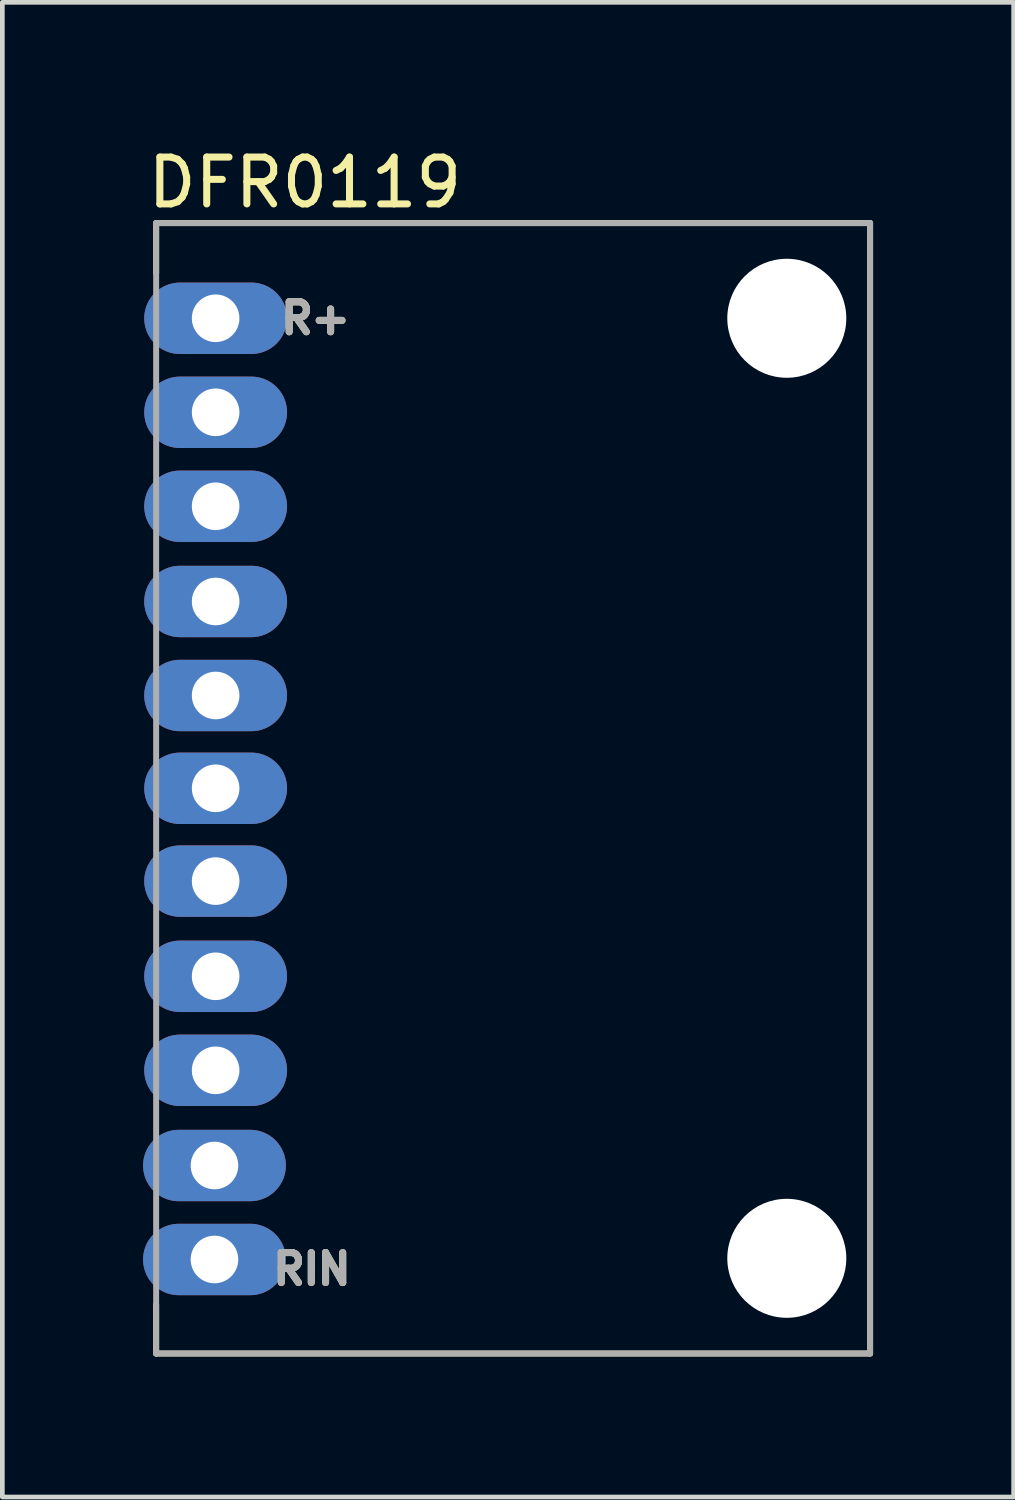
<source format=kicad_pcb>
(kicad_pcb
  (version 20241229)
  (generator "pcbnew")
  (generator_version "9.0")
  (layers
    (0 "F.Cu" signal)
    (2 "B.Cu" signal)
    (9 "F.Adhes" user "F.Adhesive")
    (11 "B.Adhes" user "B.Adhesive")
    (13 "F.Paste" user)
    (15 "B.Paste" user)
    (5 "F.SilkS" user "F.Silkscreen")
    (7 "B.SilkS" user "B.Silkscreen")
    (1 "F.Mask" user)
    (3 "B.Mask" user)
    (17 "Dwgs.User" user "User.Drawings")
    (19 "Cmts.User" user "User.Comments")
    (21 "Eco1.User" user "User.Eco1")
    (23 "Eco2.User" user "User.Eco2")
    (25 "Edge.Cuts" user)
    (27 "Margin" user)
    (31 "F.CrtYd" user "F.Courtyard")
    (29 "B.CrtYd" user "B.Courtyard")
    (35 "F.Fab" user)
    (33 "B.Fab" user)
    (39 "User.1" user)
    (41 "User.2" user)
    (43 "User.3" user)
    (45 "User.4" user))
  (footprint "DFR0119"
    (layer "F.Cu")
    (at 7.903 13.904)
    (property "Reference" "DFR0119" (at -4.445 -13.056 0) (layer "F.SilkS") (effects (font (size 1 1) (thickness 0.15))))
    (attr through_hole)
    (fp_line (start -7.62 -12.192) (end -7.62 -11.125) (stroke (width 0.127) (type solid)) (layer "F.SilkS"))
    (fp_line (start -7.62 -12.192) (end 7.62 -12.192) (stroke (width 0.127) (type solid)) (layer "F.SilkS"))
    (fp_line (start -7.62 11.938) (end -7.62 10.897) (stroke (width 0.127) (type solid)) (layer "F.SilkS"))
    (fp_line (start 7.62 -12.192) (end 7.62 11.938) (stroke (width 0.127) (type solid)) (layer "F.SilkS"))
    (fp_line (start 7.62 11.938) (end -7.62 11.938) (stroke (width 0.127) (type solid)) (layer "F.SilkS"))
    (fp_line (start -7.62 -12.192) (end 7.62 -12.192) (stroke (width 0.127) (type solid)) (layer "F.Fab"))
    (fp_line (start -7.62 11.938) (end -7.62 -12.192) (stroke (width 0.127) (type solid)) (layer "F.Fab"))
    (fp_line (start 7.62 -12.192) (end 7.62 11.938) (stroke (width 0.127) (type solid)) (layer "F.Fab"))
    (fp_line (start 7.62 11.938) (end -7.62 11.938) (stroke (width 0.127) (type solid)) (layer "F.Fab"))
    (fp_text user "RIN" (at -4.293 10.135 0) (layer "F.SilkS") (effects (font (size 0.64 0.64) (thickness 0.15))))
    (fp_text user "R+" (at -4.216 -10.16 0) (layer "F.SilkS") (effects (font (size 0.64 0.64) (thickness 0.15))))
    (fp_text user "R+" (at -4.216 -10.16 0) (layer "F.Fab") (effects (font (size 0.64 0.64) (thickness 0.15))))
    (fp_text user "RIN" (at -4.293 10.135 0) (layer "F.Fab") (effects (font (size 0.64 0.64) (thickness 0.15))))
    (pad "" np_thru_hole circle (at 5.842 -10.16) (size 2.54 2.54) (drill 2.54) (layers "*.Cu" "*.Mask"))
    (pad "" np_thru_hole circle (at 5.842 9.906) (size 2.54 2.54) (drill 2.54) (layers "*.Cu" "*.Mask"))
    (pad "1" thru_hole oval (at -6.35 -10.16) (size 3.048 1.524) (drill 1.016) (layers "*.Cu" "*.Mask"))
    (pad "2" thru_hole oval (at -6.35 -8.153) (size 3.048 1.524) (drill 1.016) (layers "*.Cu" "*.Mask"))
    (pad "3" thru_hole oval (at -6.35 -6.147) (size 3.048 1.524) (drill 1.016) (layers "*.Cu" "*.Mask"))
    (pad "4" thru_hole oval (at -6.35 -4.115) (size 3.048 1.524) (drill 1.016) (layers "*.Cu" "*.Mask"))
    (pad "5" thru_hole oval (at -6.35 -2.108) (size 3.048 1.524) (drill 1.016) (layers "*.Cu" "*.Mask"))
    (pad "6" thru_hole oval (at -6.35 -0.127) (size 3.048 1.524) (drill 1.016) (layers "*.Cu" "*.Mask"))
    (pad "7" thru_hole oval (at -6.35 1.854) (size 3.048 1.524) (drill 1.016) (layers "*.Cu" "*.Mask"))
    (pad "8" thru_hole oval (at -6.35 3.886) (size 3.048 1.524) (drill 1.016) (layers "*.Cu" "*.Mask"))
    (pad "9" thru_hole oval (at -6.35 5.893) (size 3.048 1.524) (drill 1.016) (layers "*.Cu" "*.Mask"))
    (pad "10" thru_hole oval (at -6.375 7.925) (size 3.048 1.524) (drill 1.016) (layers "*.Cu" "*.Mask"))
    (pad "11" thru_hole oval (at -6.375 9.931) (size 3.048 1.524) (drill 1.016) (layers "*.Cu" "*.Mask")))
  (gr_rect
    (start -3 -3)
    (end 18.587 28.905)
    (stroke (width 0.1) (type default))
    (fill no)
    (layer "Edge.Cuts")))
</source>
